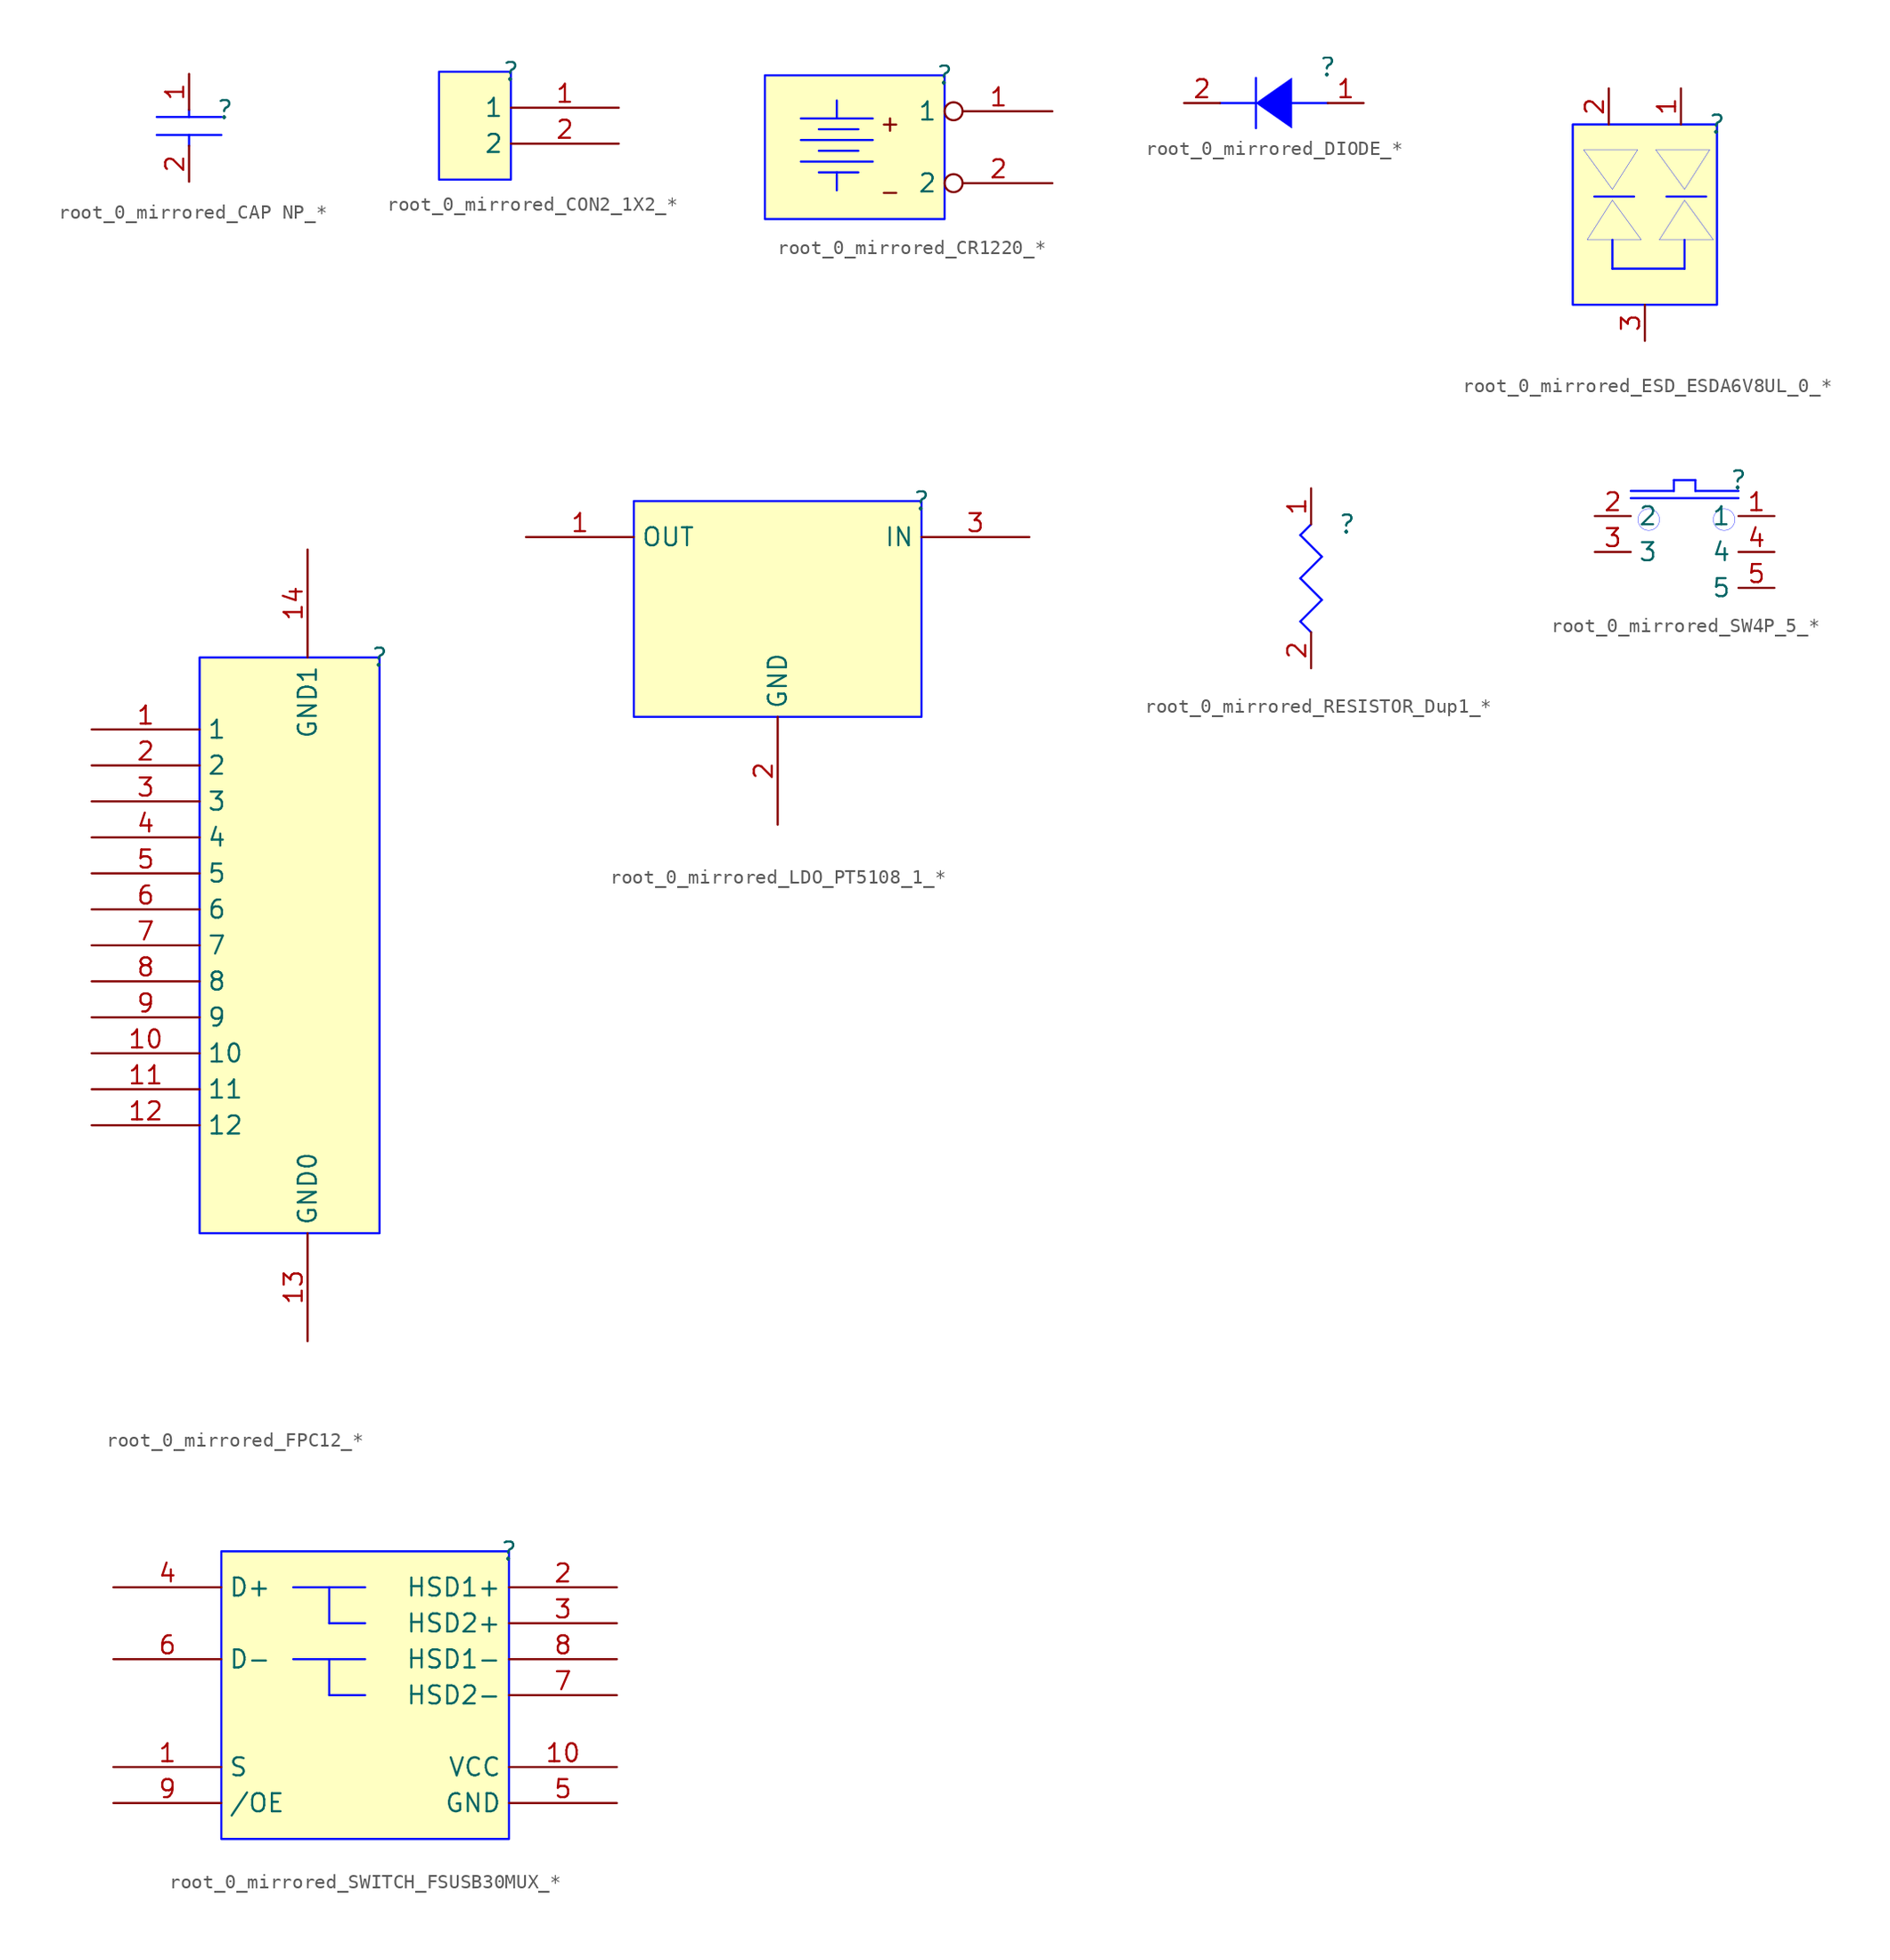
<source format=kicad_sym>
(kicad_symbol_lib
  (version 20241209)
  (generator "kicad_symbol_editor")
  (generator_version "9.0")
  (symbol "root_0_mirrored_CAP NP_*"
    (pin_names
      (hide yes))
    (property "Reference" ""
      (at 0 0 0)
      (effects (font (size 1.27 1.27))))
    (property "Value" ""
      (at 0 0 0)
      (effects (font (size 1.27 1.27))))
    (symbol "root_0_mirrored_CAP NP_*_1_0"
      (polyline (pts (xy -2.54 0) (xy -2.54 -0.508)) (stroke (width 0) (type solid) (color 0 11 255 1)) (fill (type none)))
      (polyline (pts (xy -2.54 -2.54) (xy -2.54 -1.778)) (stroke (width 0) (type solid) (color 0 11 255 1)) (fill (type none)))
      (polyline (pts (xy -0.254 -0.508) (xy -4.826 -0.508)) (stroke (width 0) (type solid) (color 0 11 255 1)) (fill (type none)))
      (polyline (pts (xy -0.254 -1.778) (xy -4.826 -1.778)) (stroke (width 0) (type solid) (color 0 11 255 1)) (fill (type none)))
      (pin passive line (at -2.54 2.54 270) (length 2.54) (name "1" (effects (font (size 1.27 1.27)))) (number "1" (effects (font (size 1.27 1.27)))))
      (pin passive line (at -2.54 -5.08 90) (length 2.54) (name "2" (effects (font (size 1.27 1.27)))) (number "2" (effects (font (size 1.27 1.27)))))))
  (symbol "root_0_mirrored_CON2_1X2_*"
    (property "Reference" ""
      (at 0 0 0)
      (effects (font (size 1.27 1.27))))
    (property "Value" ""
      (at 0 0 0)
      (effects (font (size 1.27 1.27))))
    (symbol "root_0_mirrored_CON2_1X2_*_1_0"
      (rectangle (start 0 0) (end -5.08 -7.62) (stroke (width 0) (type solid) (color 0 11 255 1)) (fill (type background)))
      (pin passive line (at 7.62 -2.54 180) (length 7.62) (name "1" (effects (font (size 1.27 1.27)))) (number "1" (effects (font (size 1.27 1.27)))))
      (pin passive line (at 7.62 -5.08 180) (length 7.62) (name "2" (effects (font (size 1.27 1.27)))) (number "2" (effects (font (size 1.27 1.27)))))))
  (symbol "root_0_mirrored_CR1220_*"
    (property "Reference" ""
      (at 0 0 0)
      (effects (font (size 1.27 1.27))))
    (property "Value" ""
      (at 0 0 0)
      (effects (font (size 1.27 1.27))))
    (symbol "root_0_mirrored_CR1220_*_1_0"
      (polyline (pts (xy -7.62 -3.048) (xy -7.62 -1.778)) (stroke (width 0) (type solid) (color 0 11 255 1)) (fill (type none)))
      (polyline (pts (xy -7.62 -8.128) (xy -7.62 -6.858)) (stroke (width 0) (type solid) (color 0 11 255 1)) (fill (type none)))
      (polyline (pts (xy -6.096 -3.81) (xy -8.89 -3.81)) (stroke (width 0) (type solid) (color 0 11 255 1)) (fill (type none)))
      (polyline (pts (xy -6.096 -5.334) (xy -8.89 -5.334)) (stroke (width 0) (type solid) (color 0 11 255 1)) (fill (type none)))
      (polyline (pts (xy -6.096 -6.858) (xy -8.89 -6.858)) (stroke (width 0) (type solid) (color 0 11 255 1)) (fill (type none)))
      (polyline (pts (xy -5.08 -3.048) (xy -10.16 -3.048)) (stroke (width 0) (type solid) (color 0 11 255 1)) (fill (type none)))
      (polyline (pts (xy -5.08 -4.572) (xy -10.16 -4.572)) (stroke (width 0) (type solid) (color 0 11 255 1)) (fill (type none)))
      (polyline (pts (xy -5.08 -6.096) (xy -10.16 -6.096)) (stroke (width 0) (type solid) (color 0 11 255 1)) (fill (type none)))
      (rectangle (start 0 0) (end -12.7 -10.16) (stroke (width 0) (type solid) (color 0 11 255 1)) (fill (type background)))
      (text "+" (at -3.048 -4.064 0) (effects (font (size 1.143 1.143)) (justify right bottom)))
      (text "-" (at -3.048 -8.89 0) (effects (font (size 1.143 1.143)) (justify right bottom)))
      (pin passive inverted (at 7.62 -2.54 180) (length 7.62) (name "1" (effects (font (size 1.27 1.27)))) (number "1" (effects (font (size 1.27 1.27)))))
      (pin passive inverted (at 7.62 -7.62 180) (length 7.62) (name "2" (effects (font (size 1.27 1.27)))) (number "2" (effects (font (size 1.27 1.27)))))))
  (symbol "root_0_mirrored_DIODE_*"
    (pin_names
      (hide yes))
    (property "Reference" ""
      (at 0 0 0)
      (effects (font (size 1.27 1.27))))
    (property "Value" ""
      (at 0 0 0)
      (effects (font (size 1.27 1.27))))
    (symbol "root_0_mirrored_DIODE_*_1_0"
      (polyline (pts (xy -5.08 -0.762) (xy -5.08 -4.318)) (stroke (width 0) (type solid) (color 0 11 255 1)) (fill (type none)))
      (polyline (pts (xy -5.08 -2.54) (xy -7.62 -2.54)) (stroke (width 0) (type solid) (color 0 11 255 1)) (fill (type none)))
      (polyline (pts (xy -5.08 -2.54) (xy -5.08 -2.54) (xy -2.54 -4.318) (xy -2.54 -0.762) (xy -5.08 -2.54) (xy -5.08 -2.54)) (stroke (width 0.025) (type solid) (color 0 11 255 1)) (fill (type color) (color 0 0 255 1)))
      (polyline (pts (xy 0 -2.54) (xy -2.54 -2.54)) (stroke (width 0) (type solid) (color 0 11 255 1)) (fill (type none)))
      (pin passive line (at -10.16 -2.54 0) (length 2.54) (name "K" (effects (font (size 1.27 1.27)))) (number "2" (effects (font (size 1.27 1.27)))))
      (pin passive line (at 2.54 -2.54 180) (length 2.54) (name "A" (effects (font (size 1.27 1.27)))) (number "1" (effects (font (size 1.27 1.27)))))))
  (symbol "root_0_mirrored_ESD_ESDA6V8UL_0_*"
    (pin_names
      (hide yes))
    (property "Reference" ""
      (at 0 0 0)
      (effects (font (size 1.27 1.27))))
    (property "Value" ""
      (at 0 0 0)
      (effects (font (size 1.27 1.27))))
    (symbol "root_0_mirrored_ESD_ESDA6V8UL_0_*_1_0"
      (polyline (pts (xy -9.398 -1.778) (xy -9.144 -1.778) (xy -5.588 -1.778) (xy -7.366 -4.572) (xy -7.366 -4.572) (xy -7.366 -4.572) (xy -9.398 -1.778)) (stroke (width 0.025) (type solid) (color 0 11 255 1)) (fill (type color) (color 0 0 255 1)))
      (polyline (pts (xy -7.366 -10.16) (xy -7.366 -8.128)) (stroke (width 0) (type solid) (color 0 11 255 1)) (fill (type none)))
      (polyline (pts (xy -5.842 -5.08) (xy -8.636 -5.08)) (stroke (width 0) (type solid) (color 0 11 255 1)) (fill (type none)))
      (polyline (pts (xy -5.334 -8.128) (xy -5.588 -8.128) (xy -9.144 -8.128) (xy -7.366 -5.334) (xy -7.366 -5.334) (xy -7.366 -5.334) (xy -5.334 -8.128)) (stroke (width 0.025) (type solid) (color 0 11 255 1)) (fill (type color) (color 0 0 255 1)))
      (polyline (pts (xy -4.318 -1.778) (xy -4.064 -1.778) (xy -0.508 -1.778) (xy -2.286 -4.572) (xy -2.286 -4.572) (xy -2.286 -4.572) (xy -4.318 -1.778)) (stroke (width 0.025) (type solid) (color 0 11 255 1)) (fill (type color) (color 0 0 255 1)))
      (polyline (pts (xy -2.286 -10.16) (xy -2.286 -8.128)) (stroke (width 0) (type solid) (color 0 11 255 1)) (fill (type none)))
      (polyline (pts (xy -2.286 -10.16) (xy -2.54 -10.16) (xy -7.366 -10.16)) (stroke (width 0) (type solid) (color 0 11 255 1)) (fill (type none)))
      (polyline (pts (xy -0.762 -5.08) (xy -3.556 -5.08)) (stroke (width 0) (type solid) (color 0 11 255 1)) (fill (type none)))
      (polyline (pts (xy -0.254 -8.128) (xy -0.508 -8.128) (xy -4.064 -8.128) (xy -2.286 -5.334) (xy -2.286 -5.334) (xy -2.286 -5.334) (xy -0.254 -8.128)) (stroke (width 0.025) (type solid) (color 0 11 255 1)) (fill (type color) (color 0 0 255 1)))
      (rectangle (start 0 0) (end -10.16 -12.7) (stroke (width 0) (type solid) (color 0 11 255 1)) (fill (type background)))
      (pin passive line (at -7.62 2.54 270) (length 2.54) (name "2" (effects (font (size 1.27 1.27)))) (number "2" (effects (font (size 1.27 1.27)))))
      (pin passive line (at -5.08 -15.24 90) (length 2.54) (name "3" (effects (font (size 1.27 1.27)))) (number "3" (effects (font (size 1.27 1.27)))))
      (pin passive line (at -2.54 2.54 270) (length 2.54) (name "1" (effects (font (size 1.27 1.27)))) (number "1" (effects (font (size 1.27 1.27)))))))
  (symbol "root_0_mirrored_FPC12_*"
    (property "Reference" ""
      (at 0 0 0)
      (effects (font (size 1.27 1.27))))
    (property "Value" ""
      (at 0 0 0)
      (effects (font (size 1.27 1.27))))
    (symbol "root_0_mirrored_FPC12_*_1_0"
      (rectangle (start 0 0) (end -12.7 -40.64) (stroke (width 0) (type solid) (color 0 11 255 1)) (fill (type background)))
      (pin passive line (at -20.32 -5.08 0) (length 7.62) (name "1" (effects (font (size 1.27 1.27)))) (number "1" (effects (font (size 1.27 1.27)))))
      (pin passive line (at -20.32 -7.62 0) (length 7.62) (name "2" (effects (font (size 1.27 1.27)))) (number "2" (effects (font (size 1.27 1.27)))))
      (pin passive line (at -20.32 -10.16 0) (length 7.62) (name "3" (effects (font (size 1.27 1.27)))) (number "3" (effects (font (size 1.27 1.27)))))
      (pin passive line (at -20.32 -12.7 0) (length 7.62) (name "4" (effects (font (size 1.27 1.27)))) (number "4" (effects (font (size 1.27 1.27)))))
      (pin passive line (at -20.32 -15.24 0) (length 7.62) (name "5" (effects (font (size 1.27 1.27)))) (number "5" (effects (font (size 1.27 1.27)))))
      (pin passive line (at -20.32 -17.78 0) (length 7.62) (name "6" (effects (font (size 1.27 1.27)))) (number "6" (effects (font (size 1.27 1.27)))))
      (pin passive line (at -20.32 -20.32 0) (length 7.62) (name "7" (effects (font (size 1.27 1.27)))) (number "7" (effects (font (size 1.27 1.27)))))
      (pin passive line (at -20.32 -22.86 0) (length 7.62) (name "8" (effects (font (size 1.27 1.27)))) (number "8" (effects (font (size 1.27 1.27)))))
      (pin passive line (at -20.32 -25.4 0) (length 7.62) (name "9" (effects (font (size 1.27 1.27)))) (number "9" (effects (font (size 1.27 1.27)))))
      (pin passive line (at -20.32 -27.94 0) (length 7.62) (name "10" (effects (font (size 1.27 1.27)))) (number "10" (effects (font (size 1.27 1.27)))))
      (pin passive line (at -20.32 -30.48 0) (length 7.62) (name "11" (effects (font (size 1.27 1.27)))) (number "11" (effects (font (size 1.27 1.27)))))
      (pin passive line (at -20.32 -33.02 0) (length 7.62) (name "12" (effects (font (size 1.27 1.27)))) (number "12" (effects (font (size 1.27 1.27)))))
      (pin passive line (at -5.08 7.62 270) (length 7.62) (name "GND1" (effects (font (size 1.27 1.27)))) (number "14" (effects (font (size 1.27 1.27)))))
      (pin passive line (at -5.08 -48.26 90) (length 7.62) (name "GND0" (effects (font (size 1.27 1.27)))) (number "13" (effects (font (size 1.27 1.27)))))))
  (symbol "root_0_mirrored_LDO_PT5108_1_*"
    (property "Reference" ""
      (at 0 0 0)
      (effects (font (size 1.27 1.27))))
    (property "Value" ""
      (at 0 0 0)
      (effects (font (size 1.27 1.27))))
    (symbol "root_0_mirrored_LDO_PT5108_1_*_1_0"
      (rectangle (start 0 0) (end -20.32 -15.24) (stroke (width 0) (type solid) (color 0 11 255 1)) (fill (type background)))
      (pin passive line (at -27.94 -2.54 0) (length 7.62) (name "OUT" (effects (font (size 1.27 1.27)))) (number "1" (effects (font (size 1.27 1.27)))))
      (pin passive line (at -10.16 -22.86 90) (length 7.62) (name "GND" (effects (font (size 1.27 1.27)))) (number "2" (effects (font (size 1.27 1.27)))))
      (pin passive line (at 7.62 -2.54 180) (length 7.62) (name "IN" (effects (font (size 1.27 1.27)))) (number "3" (effects (font (size 1.27 1.27)))))))
  (symbol "root_0_mirrored_RESISTOR_Dup1_*"
    (pin_names
      (hide yes))
    (property "Reference" ""
      (at 0 0 0)
      (effects (font (size 1.27 1.27))))
    (property "Value" ""
      (at 0 0 0)
      (effects (font (size 1.27 1.27))))
    (symbol "root_0_mirrored_RESISTOR_Dup1_*_1_0"
      (polyline (pts (xy -3.302 -0.762) (xy -1.778 -2.286)) (stroke (width 0) (type solid) (color 0 11 255 1)) (fill (type none)))
      (polyline (pts (xy -3.302 -3.81) (xy -1.778 -5.334)) (stroke (width 0) (type solid) (color 0 11 255 1)) (fill (type none)))
      (polyline (pts (xy -3.302 -6.858) (xy -2.54 -7.62)) (stroke (width 0) (type solid) (color 0 11 255 1)) (fill (type none)))
      (polyline (pts (xy -2.54 0) (xy -3.302 -0.762)) (stroke (width 0) (type solid) (color 0 11 255 1)) (fill (type none)))
      (polyline (pts (xy -1.778 -2.286) (xy -3.302 -3.81)) (stroke (width 0) (type solid) (color 0 11 255 1)) (fill (type none)))
      (polyline (pts (xy -1.778 -5.334) (xy -3.302 -6.858)) (stroke (width 0) (type solid) (color 0 11 255 1)) (fill (type none)))
      (pin passive line (at -2.54 2.54 270) (length 2.54) (name "1" (effects (font (size 1.27 1.27)))) (number "1" (effects (font (size 1.27 1.27)))))
      (pin passive line (at -2.54 -10.16 90) (length 2.54) (name "2" (effects (font (size 1.27 1.27)))) (number "2" (effects (font (size 1.27 1.27)))))))
  (symbol "root_0_mirrored_SW4P_5_*"
    (property "Reference" ""
      (at 0 0 0)
      (effects (font (size 1.27 1.27))))
    (property "Value" ""
      (at 0 0 0)
      (effects (font (size 1.27 1.27))))
    (symbol "root_0_mirrored_SW4P_5_*_1_0"
      (polyline (pts (xy -7.62 -0.762) (xy -4.572 -0.762)) (stroke (width 0) (type solid) (color 0 11 255 1)) (fill (type none)))
      (circle (center -6.35 -2.794) (radius 0.762) (stroke (width 0.025) (type solid) (color 0 11 255 1)) (fill (type none)))
      (polyline (pts (xy -4.572 0) (xy -3.048 0)) (stroke (width 0) (type solid) (color 0 11 255 1)) (fill (type none)))
      (polyline (pts (xy -4.572 -0.762) (xy -4.572 0)) (stroke (width 0) (type solid) (color 0 11 255 1)) (fill (type none)))
      (polyline (pts (xy -3.048 0) (xy -3.048 -0.762)) (stroke (width 0) (type solid) (color 0 11 255 1)) (fill (type none)))
      (polyline (pts (xy -3.048 -0.762) (xy 0 -0.762)) (stroke (width 0) (type solid) (color 0 11 255 1)) (fill (type none)))
      (circle (center -1.016 -2.794) (radius 0.762) (stroke (width 0.025) (type solid) (color 0 11 255 1)) (fill (type none)))
      (polyline (pts (xy 0 -1.27) (xy -7.62 -1.27)) (stroke (width 0) (type solid) (color 0 11 255 1)) (fill (type none)))
      (pin passive line (at -10.16 -2.54 0) (length 2.54) (name "2" (effects (font (size 1.27 1.27)))) (number "2" (effects (font (size 1.27 1.27)))))
      (pin passive line (at -10.16 -5.08 0) (length 2.54) (name "3" (effects (font (size 1.27 1.27)))) (number "3" (effects (font (size 1.27 1.27)))))
      (pin passive line (at 2.54 -2.54 180) (length 2.54) (name "1" (effects (font (size 1.27 1.27)))) (number "1" (effects (font (size 1.27 1.27)))))
      (pin passive line (at 2.54 -5.08 180) (length 2.54) (name "4" (effects (font (size 1.27 1.27)))) (number "4" (effects (font (size 1.27 1.27)))))
      (pin passive line (at 2.54 -7.62 180) (length 2.54) (name "5" (effects (font (size 1.27 1.27)))) (number "5" (effects (font (size 1.27 1.27)))))))
  (symbol "root_0_mirrored_SWITCH_FSUSB30MUX_*"
    (property "Reference" ""
      (at 0 0 0)
      (effects (font (size 1.27 1.27))))
    (property "Value" ""
      (at 0 0 0)
      (effects (font (size 1.27 1.27))))
    (symbol "root_0_mirrored_SWITCH_FSUSB30MUX_*_1_0"
      (polyline (pts (xy -15.24 -2.54) (xy -10.16 -2.54)) (stroke (width 0) (type solid) (color 0 11 255 1)) (fill (type none)))
      (polyline (pts (xy -15.24 -7.62) (xy -10.16 -7.62)) (stroke (width 0) (type solid) (color 0 11 255 1)) (fill (type none)))
      (polyline (pts (xy -12.7 -2.54) (xy -12.7 -5.08)) (stroke (width 0) (type solid) (color 0 11 255 1)) (fill (type none)))
      (polyline (pts (xy -12.7 -5.08) (xy -10.16 -5.08)) (stroke (width 0) (type solid) (color 0 11 255 1)) (fill (type none)))
      (polyline (pts (xy -12.7 -7.62) (xy -12.7 -10.16)) (stroke (width 0) (type solid) (color 0 11 255 1)) (fill (type none)))
      (polyline (pts (xy -12.7 -10.16) (xy -10.16 -10.16)) (stroke (width 0) (type solid) (color 0 11 255 1)) (fill (type none)))
      (rectangle (start 0 0) (end -20.32 -20.32) (stroke (width 0) (type solid) (color 0 11 255 1)) (fill (type background)))
      (pin passive line (at -27.94 -2.54 0) (length 7.62) (name "D+" (effects (font (size 1.27 1.27)))) (number "4" (effects (font (size 1.27 1.27)))))
      (pin passive line (at -27.94 -7.62 0) (length 7.62) (name "D-" (effects (font (size 1.27 1.27)))) (number "6" (effects (font (size 1.27 1.27)))))
      (pin passive line (at -27.94 -15.24 0) (length 7.62) (name "S" (effects (font (size 1.27 1.27)))) (number "1" (effects (font (size 1.27 1.27)))))
      (pin passive line (at -27.94 -17.78 0) (length 7.62) (name "/OE" (effects (font (size 1.27 1.27)))) (number "9" (effects (font (size 1.27 1.27)))))
      (pin passive line (at 7.62 -2.54 180) (length 7.62) (name "HSD1+" (effects (font (size 1.27 1.27)))) (number "2" (effects (font (size 1.27 1.27)))))
      (pin passive line (at 7.62 -5.08 180) (length 7.62) (name "HSD2+" (effects (font (size 1.27 1.27)))) (number "3" (effects (font (size 1.27 1.27)))))
      (pin passive line (at 7.62 -7.62 180) (length 7.62) (name "HSD1-" (effects (font (size 1.27 1.27)))) (number "8" (effects (font (size 1.27 1.27)))))
      (pin passive line (at 7.62 -10.16 180) (length 7.62) (name "HSD2-" (effects (font (size 1.27 1.27)))) (number "7" (effects (font (size 1.27 1.27)))))
      (pin passive line (at 7.62 -15.24 180) (length 7.62) (name "VCC" (effects (font (size 1.27 1.27)))) (number "10" (effects (font (size 1.27 1.27)))))
      (pin passive line (at 7.62 -17.78 180) (length 7.62) (name "GND" (effects (font (size 1.27 1.27)))) (number "5" (effects (font (size 1.27 1.27))))))))
</source>
